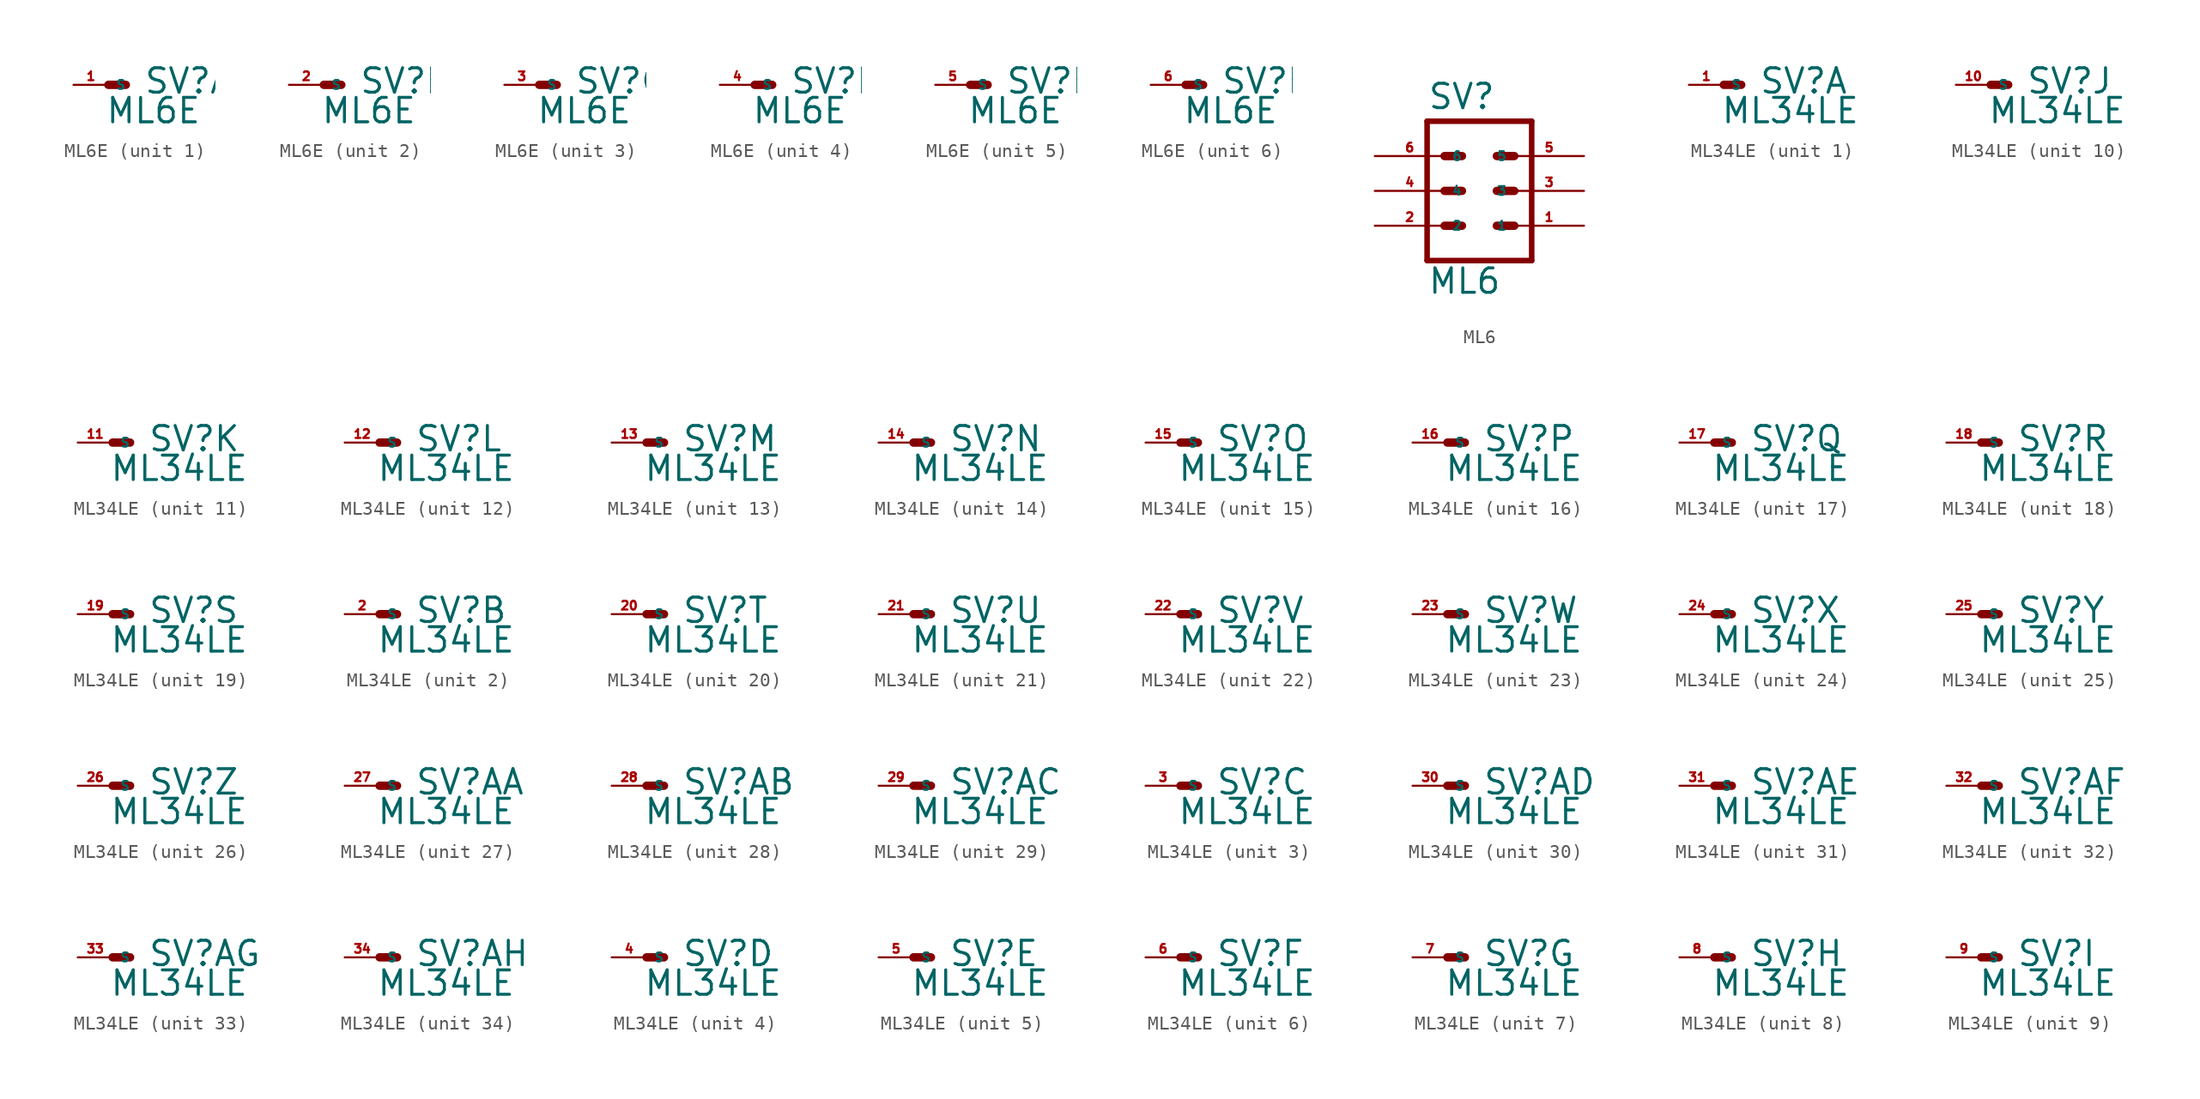
<source format=kicad_sym>
(kicad_symbol_lib
  (version 20220914)
  (generator Eagle2Kicad)
  (symbol "ML6E"
    (property "Reference" "SV"
      (at 2.54 -0.762 0)
      (effects (font (size 1.778 1.778) (thickness 0.22)) (justify left bottom)))
    (property "Value" "ML6E"
      (at -0.254 -2.921 0)
      (effects (font (size 1.778 1.778) (thickness 0.22)) (justify left bottom)))
    (symbol "ML6E_1_0"
      (polyline (pts (xy 1.27 0) (xy 0 0)) (stroke (width 0.61) (type default)) (fill (type none)))
      (pin passive line (at -2.54 0 0) (length 2.54) (name "S" (effects (font (size 0.635 0.635) (thickness 0.08)) (justify left bottom))) (number "1" (effects (font (size 0.635 0.635) (thickness 0.08)) (justify left bottom)))))
    (symbol "ML6E_2_0"
      (polyline (pts (xy 1.27 0) (xy 0 0)) (stroke (width 0.61) (type default)) (fill (type none)))
      (pin passive line (at -2.54 0 0) (length 2.54) (name "S" (effects (font (size 0.635 0.635) (thickness 0.08)) (justify left bottom))) (number "2" (effects (font (size 0.635 0.635) (thickness 0.08)) (justify left bottom)))))
    (symbol "ML6E_3_0"
      (polyline (pts (xy 1.27 0) (xy 0 0)) (stroke (width 0.61) (type default)) (fill (type none)))
      (pin passive line (at -2.54 0 0) (length 2.54) (name "S" (effects (font (size 0.635 0.635) (thickness 0.08)) (justify left bottom))) (number "3" (effects (font (size 0.635 0.635) (thickness 0.08)) (justify left bottom)))))
    (symbol "ML6E_4_0"
      (polyline (pts (xy 1.27 0) (xy 0 0)) (stroke (width 0.61) (type default)) (fill (type none)))
      (pin passive line (at -2.54 0 0) (length 2.54) (name "S" (effects (font (size 0.635 0.635) (thickness 0.08)) (justify left bottom))) (number "4" (effects (font (size 0.635 0.635) (thickness 0.08)) (justify left bottom)))))
    (symbol "ML6E_5_0"
      (polyline (pts (xy 1.27 0) (xy 0 0)) (stroke (width 0.61) (type default)) (fill (type none)))
      (pin passive line (at -2.54 0 0) (length 2.54) (name "S" (effects (font (size 0.635 0.635) (thickness 0.08)) (justify left bottom))) (number "5" (effects (font (size 0.635 0.635) (thickness 0.08)) (justify left bottom)))))
    (symbol "ML6E_6_0"
      (polyline (pts (xy 1.27 0) (xy 0 0)) (stroke (width 0.61) (type default)) (fill (type none)))
      (pin passive line (at -2.54 0 0) (length 2.54) (name "S" (effects (font (size 0.635 0.635) (thickness 0.08)) (justify left bottom))) (number "6" (effects (font (size 0.635 0.635) (thickness 0.08)) (justify left bottom))))))
  (symbol "ML6"
    (property "Reference" "SV"
      (at -3.81 5.842 0)
      (effects (font (size 1.778 1.778) (thickness 0.22)) (justify left bottom)))
    (property "Value" "ML6"
      (at -3.81 -7.62 0)
      (effects (font (size 1.778 1.778) (thickness 0.22)) (justify left bottom)))
    (polyline
      (pts (xy 3.81 -5.08) (xy -3.81 -5.08))
      (stroke (width 0.406) (type default))
      (fill (type none)))
    (polyline
      (pts (xy -3.81 5.08) (xy -3.81 -5.08))
      (stroke (width 0.406) (type default))
      (fill (type none)))
    (polyline
      (pts (xy 3.81 -5.08) (xy 3.81 5.08))
      (stroke (width 0.406) (type default))
      (fill (type none)))
    (polyline
      (pts (xy -3.81 5.08) (xy 3.81 5.08))
      (stroke (width 0.406) (type default))
      (fill (type none)))
    (polyline
      (pts (xy 1.27 2.54) (xy 2.54 2.54))
      (stroke (width 0.61) (type default))
      (fill (type none)))
    (polyline
      (pts (xy 1.27 0) (xy 2.54 0))
      (stroke (width 0.61) (type default))
      (fill (type none)))
    (polyline
      (pts (xy 1.27 -2.54) (xy 2.54 -2.54))
      (stroke (width 0.61) (type default))
      (fill (type none)))
    (polyline
      (pts (xy -2.54 2.54) (xy -1.27 2.54))
      (stroke (width 0.61) (type default))
      (fill (type none)))
    (polyline
      (pts (xy -2.54 0) (xy -1.27 0))
      (stroke (width 0.61) (type default))
      (fill (type none)))
    (polyline
      (pts (xy -2.54 -2.54) (xy -1.27 -2.54))
      (stroke (width 0.61) (type default))
      (fill (type none)))
    (pin passive line
      (at 7.62 -2.54 180)
      (length 5.08)
      (name "1" (effects (font (size 0.635 0.635) (thickness 0.08)) (justify left bottom)))
      (number "1" (effects (font (size 0.635 0.635) (thickness 0.08)) (justify left bottom))))
    (pin passive line
      (at -7.62 -2.54 0)
      (length 5.08)
      (name "2" (effects (font (size 0.635 0.635) (thickness 0.08)) (justify left bottom)))
      (number "2" (effects (font (size 0.635 0.635) (thickness 0.08)) (justify left bottom))))
    (pin passive line
      (at 7.62 0 180)
      (length 5.08)
      (name "3" (effects (font (size 0.635 0.635) (thickness 0.08)) (justify left bottom)))
      (number "3" (effects (font (size 0.635 0.635) (thickness 0.08)) (justify left bottom))))
    (pin passive line
      (at -7.62 0 0)
      (length 5.08)
      (name "4" (effects (font (size 0.635 0.635) (thickness 0.08)) (justify left bottom)))
      (number "4" (effects (font (size 0.635 0.635) (thickness 0.08)) (justify left bottom))))
    (pin passive line
      (at 7.62 2.54 180)
      (length 5.08)
      (name "5" (effects (font (size 0.635 0.635) (thickness 0.08)) (justify left bottom)))
      (number "5" (effects (font (size 0.635 0.635) (thickness 0.08)) (justify left bottom))))
    (pin passive line
      (at -7.62 2.54 0)
      (length 5.08)
      (name "6" (effects (font (size 0.635 0.635) (thickness 0.08)) (justify left bottom)))
      (number "6" (effects (font (size 0.635 0.635) (thickness 0.08)) (justify left bottom)))))
  (symbol "ML34LE"
    (property "Reference" "SV"
      (at 2.54 -0.762 0)
      (effects (font (size 1.778 1.778) (thickness 0.22)) (justify left bottom)))
    (property "Value" "ML34LE"
      (at -0.254 -2.921 0)
      (effects (font (size 1.778 1.778) (thickness 0.22)) (justify left bottom)))
    (symbol "ML34LE_1_0"
      (polyline (pts (xy 1.27 0) (xy 0 0)) (stroke (width 0.61) (type default)) (fill (type none)))
      (pin passive line (at -2.54 0 0) (length 2.54) (name "S" (effects (font (size 0.635 0.635) (thickness 0.08)) (justify left bottom))) (number "1" (effects (font (size 0.635 0.635) (thickness 0.08)) (justify left bottom)))))
    (symbol "ML34LE_2_0"
      (polyline (pts (xy 1.27 0) (xy 0 0)) (stroke (width 0.61) (type default)) (fill (type none)))
      (pin passive line (at -2.54 0 0) (length 2.54) (name "S" (effects (font (size 0.635 0.635) (thickness 0.08)) (justify left bottom))) (number "2" (effects (font (size 0.635 0.635) (thickness 0.08)) (justify left bottom)))))
    (symbol "ML34LE_3_0"
      (polyline (pts (xy 1.27 0) (xy 0 0)) (stroke (width 0.61) (type default)) (fill (type none)))
      (pin passive line (at -2.54 0 0) (length 2.54) (name "S" (effects (font (size 0.635 0.635) (thickness 0.08)) (justify left bottom))) (number "3" (effects (font (size 0.635 0.635) (thickness 0.08)) (justify left bottom)))))
    (symbol "ML34LE_4_0"
      (polyline (pts (xy 1.27 0) (xy 0 0)) (stroke (width 0.61) (type default)) (fill (type none)))
      (pin passive line (at -2.54 0 0) (length 2.54) (name "S" (effects (font (size 0.635 0.635) (thickness 0.08)) (justify left bottom))) (number "4" (effects (font (size 0.635 0.635) (thickness 0.08)) (justify left bottom)))))
    (symbol "ML34LE_5_0"
      (polyline (pts (xy 1.27 0) (xy 0 0)) (stroke (width 0.61) (type default)) (fill (type none)))
      (pin passive line (at -2.54 0 0) (length 2.54) (name "S" (effects (font (size 0.635 0.635) (thickness 0.08)) (justify left bottom))) (number "5" (effects (font (size 0.635 0.635) (thickness 0.08)) (justify left bottom)))))
    (symbol "ML34LE_6_0"
      (polyline (pts (xy 1.27 0) (xy 0 0)) (stroke (width 0.61) (type default)) (fill (type none)))
      (pin passive line (at -2.54 0 0) (length 2.54) (name "S" (effects (font (size 0.635 0.635) (thickness 0.08)) (justify left bottom))) (number "6" (effects (font (size 0.635 0.635) (thickness 0.08)) (justify left bottom)))))
    (symbol "ML34LE_7_0"
      (polyline (pts (xy 1.27 0) (xy 0 0)) (stroke (width 0.61) (type default)) (fill (type none)))
      (pin passive line (at -2.54 0 0) (length 2.54) (name "S" (effects (font (size 0.635 0.635) (thickness 0.08)) (justify left bottom))) (number "7" (effects (font (size 0.635 0.635) (thickness 0.08)) (justify left bottom)))))
    (symbol "ML34LE_8_0"
      (polyline (pts (xy 1.27 0) (xy 0 0)) (stroke (width 0.61) (type default)) (fill (type none)))
      (pin passive line (at -2.54 0 0) (length 2.54) (name "S" (effects (font (size 0.635 0.635) (thickness 0.08)) (justify left bottom))) (number "8" (effects (font (size 0.635 0.635) (thickness 0.08)) (justify left bottom)))))
    (symbol "ML34LE_9_0"
      (polyline (pts (xy 1.27 0) (xy 0 0)) (stroke (width 0.61) (type default)) (fill (type none)))
      (pin passive line (at -2.54 0 0) (length 2.54) (name "S" (effects (font (size 0.635 0.635) (thickness 0.08)) (justify left bottom))) (number "9" (effects (font (size 0.635 0.635) (thickness 0.08)) (justify left bottom)))))
    (symbol "ML34LE_10_0"
      (polyline (pts (xy 1.27 0) (xy 0 0)) (stroke (width 0.61) (type default)) (fill (type none)))
      (pin passive line (at -2.54 0 0) (length 2.54) (name "S" (effects (font (size 0.635 0.635) (thickness 0.08)) (justify left bottom))) (number "10" (effects (font (size 0.635 0.635) (thickness 0.08)) (justify left bottom)))))
    (symbol "ML34LE_11_0"
      (polyline (pts (xy 1.27 0) (xy 0 0)) (stroke (width 0.61) (type default)) (fill (type none)))
      (pin passive line (at -2.54 0 0) (length 2.54) (name "S" (effects (font (size 0.635 0.635) (thickness 0.08)) (justify left bottom))) (number "11" (effects (font (size 0.635 0.635) (thickness 0.08)) (justify left bottom)))))
    (symbol "ML34LE_12_0"
      (polyline (pts (xy 1.27 0) (xy 0 0)) (stroke (width 0.61) (type default)) (fill (type none)))
      (pin passive line (at -2.54 0 0) (length 2.54) (name "S" (effects (font (size 0.635 0.635) (thickness 0.08)) (justify left bottom))) (number "12" (effects (font (size 0.635 0.635) (thickness 0.08)) (justify left bottom)))))
    (symbol "ML34LE_13_0"
      (polyline (pts (xy 1.27 0) (xy 0 0)) (stroke (width 0.61) (type default)) (fill (type none)))
      (pin passive line (at -2.54 0 0) (length 2.54) (name "S" (effects (font (size 0.635 0.635) (thickness 0.08)) (justify left bottom))) (number "13" (effects (font (size 0.635 0.635) (thickness 0.08)) (justify left bottom)))))
    (symbol "ML34LE_14_0"
      (polyline (pts (xy 1.27 0) (xy 0 0)) (stroke (width 0.61) (type default)) (fill (type none)))
      (pin passive line (at -2.54 0 0) (length 2.54) (name "S" (effects (font (size 0.635 0.635) (thickness 0.08)) (justify left bottom))) (number "14" (effects (font (size 0.635 0.635) (thickness 0.08)) (justify left bottom)))))
    (symbol "ML34LE_15_0"
      (polyline (pts (xy 1.27 0) (xy 0 0)) (stroke (width 0.61) (type default)) (fill (type none)))
      (pin passive line (at -2.54 0 0) (length 2.54) (name "S" (effects (font (size 0.635 0.635) (thickness 0.08)) (justify left bottom))) (number "15" (effects (font (size 0.635 0.635) (thickness 0.08)) (justify left bottom)))))
    (symbol "ML34LE_16_0"
      (polyline (pts (xy 1.27 0) (xy 0 0)) (stroke (width 0.61) (type default)) (fill (type none)))
      (pin passive line (at -2.54 0 0) (length 2.54) (name "S" (effects (font (size 0.635 0.635) (thickness 0.08)) (justify left bottom))) (number "16" (effects (font (size 0.635 0.635) (thickness 0.08)) (justify left bottom)))))
    (symbol "ML34LE_17_0"
      (polyline (pts (xy 1.27 0) (xy 0 0)) (stroke (width 0.61) (type default)) (fill (type none)))
      (pin passive line (at -2.54 0 0) (length 2.54) (name "S" (effects (font (size 0.635 0.635) (thickness 0.08)) (justify left bottom))) (number "17" (effects (font (size 0.635 0.635) (thickness 0.08)) (justify left bottom)))))
    (symbol "ML34LE_18_0"
      (polyline (pts (xy 1.27 0) (xy 0 0)) (stroke (width 0.61) (type default)) (fill (type none)))
      (pin passive line (at -2.54 0 0) (length 2.54) (name "S" (effects (font (size 0.635 0.635) (thickness 0.08)) (justify left bottom))) (number "18" (effects (font (size 0.635 0.635) (thickness 0.08)) (justify left bottom)))))
    (symbol "ML34LE_19_0"
      (polyline (pts (xy 1.27 0) (xy 0 0)) (stroke (width 0.61) (type default)) (fill (type none)))
      (pin passive line (at -2.54 0 0) (length 2.54) (name "S" (effects (font (size 0.635 0.635) (thickness 0.08)) (justify left bottom))) (number "19" (effects (font (size 0.635 0.635) (thickness 0.08)) (justify left bottom)))))
    (symbol "ML34LE_20_0"
      (polyline (pts (xy 1.27 0) (xy 0 0)) (stroke (width 0.61) (type default)) (fill (type none)))
      (pin passive line (at -2.54 0 0) (length 2.54) (name "S" (effects (font (size 0.635 0.635) (thickness 0.08)) (justify left bottom))) (number "20" (effects (font (size 0.635 0.635) (thickness 0.08)) (justify left bottom)))))
    (symbol "ML34LE_21_0"
      (polyline (pts (xy 1.27 0) (xy 0 0)) (stroke (width 0.61) (type default)) (fill (type none)))
      (pin passive line (at -2.54 0 0) (length 2.54) (name "S" (effects (font (size 0.635 0.635) (thickness 0.08)) (justify left bottom))) (number "21" (effects (font (size 0.635 0.635) (thickness 0.08)) (justify left bottom)))))
    (symbol "ML34LE_22_0"
      (polyline (pts (xy 1.27 0) (xy 0 0)) (stroke (width 0.61) (type default)) (fill (type none)))
      (pin passive line (at -2.54 0 0) (length 2.54) (name "S" (effects (font (size 0.635 0.635) (thickness 0.08)) (justify left bottom))) (number "22" (effects (font (size 0.635 0.635) (thickness 0.08)) (justify left bottom)))))
    (symbol "ML34LE_23_0"
      (polyline (pts (xy 1.27 0) (xy 0 0)) (stroke (width 0.61) (type default)) (fill (type none)))
      (pin passive line (at -2.54 0 0) (length 2.54) (name "S" (effects (font (size 0.635 0.635) (thickness 0.08)) (justify left bottom))) (number "23" (effects (font (size 0.635 0.635) (thickness 0.08)) (justify left bottom)))))
    (symbol "ML34LE_24_0"
      (polyline (pts (xy 1.27 0) (xy 0 0)) (stroke (width 0.61) (type default)) (fill (type none)))
      (pin passive line (at -2.54 0 0) (length 2.54) (name "S" (effects (font (size 0.635 0.635) (thickness 0.08)) (justify left bottom))) (number "24" (effects (font (size 0.635 0.635) (thickness 0.08)) (justify left bottom)))))
    (symbol "ML34LE_25_0"
      (polyline (pts (xy 1.27 0) (xy 0 0)) (stroke (width 0.61) (type default)) (fill (type none)))
      (pin passive line (at -2.54 0 0) (length 2.54) (name "S" (effects (font (size 0.635 0.635) (thickness 0.08)) (justify left bottom))) (number "25" (effects (font (size 0.635 0.635) (thickness 0.08)) (justify left bottom)))))
    (symbol "ML34LE_26_0"
      (polyline (pts (xy 1.27 0) (xy 0 0)) (stroke (width 0.61) (type default)) (fill (type none)))
      (pin passive line (at -2.54 0 0) (length 2.54) (name "S" (effects (font (size 0.635 0.635) (thickness 0.08)) (justify left bottom))) (number "26" (effects (font (size 0.635 0.635) (thickness 0.08)) (justify left bottom)))))
    (symbol "ML34LE_27_0"
      (polyline (pts (xy 1.27 0) (xy 0 0)) (stroke (width 0.61) (type default)) (fill (type none)))
      (pin passive line (at -2.54 0 0) (length 2.54) (name "S" (effects (font (size 0.635 0.635) (thickness 0.08)) (justify left bottom))) (number "27" (effects (font (size 0.635 0.635) (thickness 0.08)) (justify left bottom)))))
    (symbol "ML34LE_28_0"
      (polyline (pts (xy 1.27 0) (xy 0 0)) (stroke (width 0.61) (type default)) (fill (type none)))
      (pin passive line (at -2.54 0 0) (length 2.54) (name "S" (effects (font (size 0.635 0.635) (thickness 0.08)) (justify left bottom))) (number "28" (effects (font (size 0.635 0.635) (thickness 0.08)) (justify left bottom)))))
    (symbol "ML34LE_29_0"
      (polyline (pts (xy 1.27 0) (xy 0 0)) (stroke (width 0.61) (type default)) (fill (type none)))
      (pin passive line (at -2.54 0 0) (length 2.54) (name "S" (effects (font (size 0.635 0.635) (thickness 0.08)) (justify left bottom))) (number "29" (effects (font (size 0.635 0.635) (thickness 0.08)) (justify left bottom)))))
    (symbol "ML34LE_30_0"
      (polyline (pts (xy 1.27 0) (xy 0 0)) (stroke (width 0.61) (type default)) (fill (type none)))
      (pin passive line (at -2.54 0 0) (length 2.54) (name "S" (effects (font (size 0.635 0.635) (thickness 0.08)) (justify left bottom))) (number "30" (effects (font (size 0.635 0.635) (thickness 0.08)) (justify left bottom)))))
    (symbol "ML34LE_31_0"
      (polyline (pts (xy 1.27 0) (xy 0 0)) (stroke (width 0.61) (type default)) (fill (type none)))
      (pin passive line (at -2.54 0 0) (length 2.54) (name "S" (effects (font (size 0.635 0.635) (thickness 0.08)) (justify left bottom))) (number "31" (effects (font (size 0.635 0.635) (thickness 0.08)) (justify left bottom)))))
    (symbol "ML34LE_32_0"
      (polyline (pts (xy 1.27 0) (xy 0 0)) (stroke (width 0.61) (type default)) (fill (type none)))
      (pin passive line (at -2.54 0 0) (length 2.54) (name "S" (effects (font (size 0.635 0.635) (thickness 0.08)) (justify left bottom))) (number "32" (effects (font (size 0.635 0.635) (thickness 0.08)) (justify left bottom)))))
    (symbol "ML34LE_33_0"
      (polyline (pts (xy 1.27 0) (xy 0 0)) (stroke (width 0.61) (type default)) (fill (type none)))
      (pin passive line (at -2.54 0 0) (length 2.54) (name "S" (effects (font (size 0.635 0.635) (thickness 0.08)) (justify left bottom))) (number "33" (effects (font (size 0.635 0.635) (thickness 0.08)) (justify left bottom)))))
    (symbol "ML34LE_34_0"
      (polyline (pts (xy 1.27 0) (xy 0 0)) (stroke (width 0.61) (type default)) (fill (type none)))
      (pin passive line (at -2.54 0 0) (length 2.54) (name "S" (effects (font (size 0.635 0.635) (thickness 0.08)) (justify left bottom))) (number "34" (effects (font (size 0.635 0.635) (thickness 0.08)) (justify left bottom)))))))
</source>
